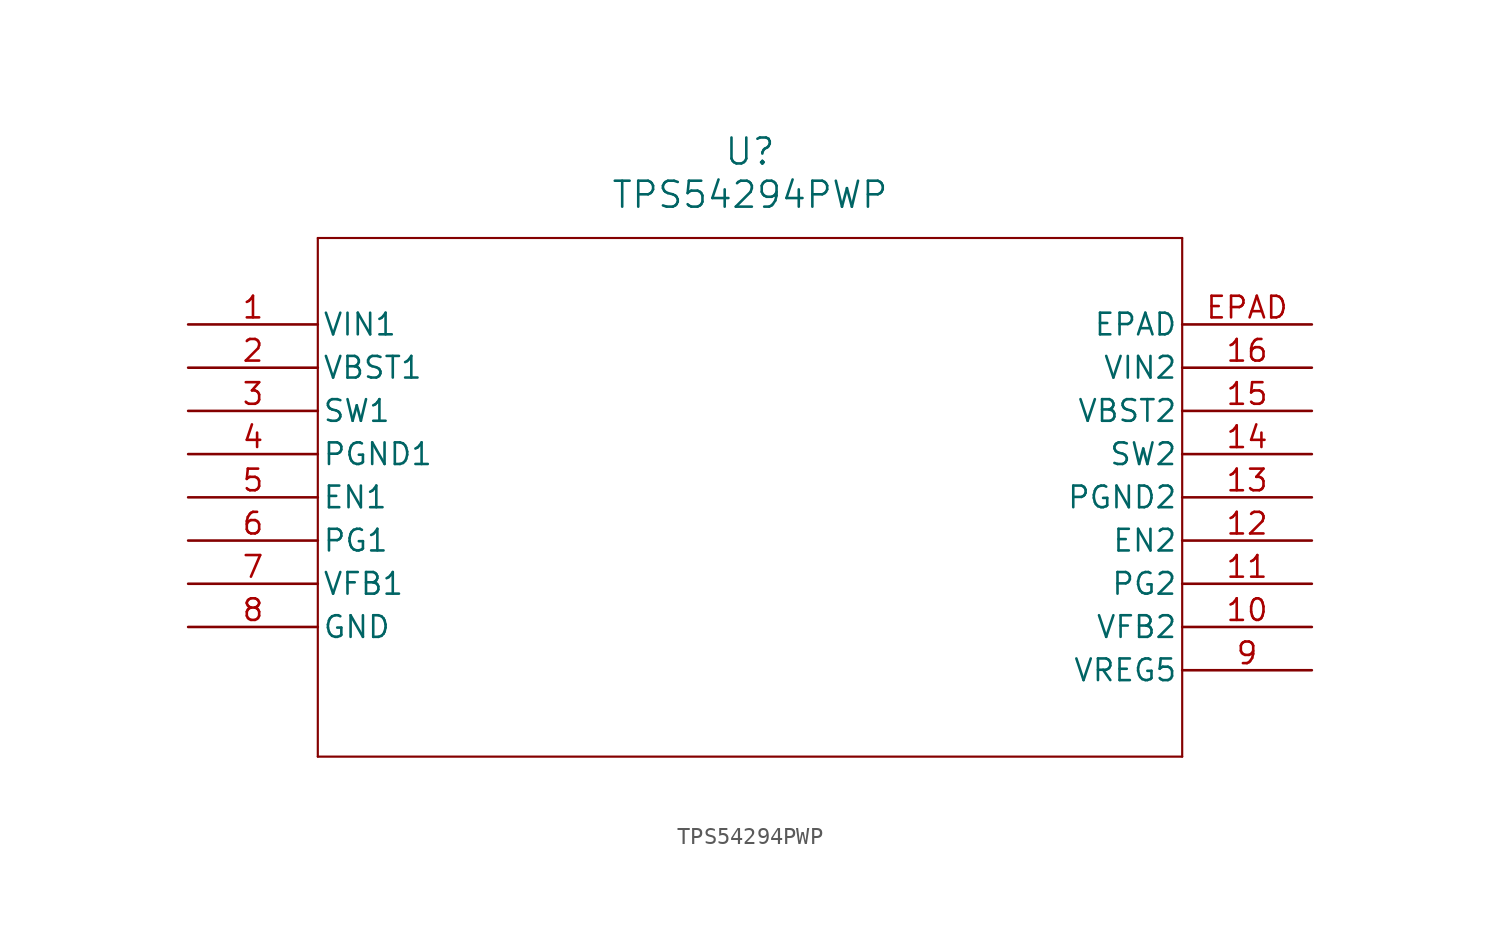
<source format=kicad_sym>
(kicad_symbol_lib
  (version 20211014)
  (generator kicad_symbol_editor)
  (symbol "TPS54294PWP"
    (pin_names
      (offset 0.254))
    (property "Reference" "U"
      (at 33.02 10.16 0)
      (effects (font (size 1.524 1.524))))
    (property "Value" "TPS54294PWP"
      (at 33.02 7.62 0)
      (effects (font (size 1.524 1.524))))
    (symbol "TPS54294PWP_0_1"
      (polyline (pts (xy 7.62 5.08) (xy 7.62 -25.4)) (stroke (width 0.127) (type default) (color 0 0 0 0)) (fill (type none)))
      (polyline (pts (xy 7.62 -25.4) (xy 58.42 -25.4)) (stroke (width 0.127) (type default) (color 0 0 0 0)) (fill (type none)))
      (polyline (pts (xy 58.42 -25.4) (xy 58.42 5.08)) (stroke (width 0.127) (type default) (color 0 0 0 0)) (fill (type none)))
      (polyline (pts (xy 58.42 5.08) (xy 7.62 5.08)) (stroke (width 0.127) (type default) (color 0 0 0 0)) (fill (type none)))
      (pin input line (at 0 0 0) (length 7.62) (name "VIN1" (effects (font (size 1.27 1.27)))) (number "1" (effects (font (size 1.27 1.27)))))
      (pin input line (at 0 -2.54 0) (length 7.62) (name "VBST1" (effects (font (size 1.27 1.27)))) (number "2" (effects (font (size 1.27 1.27)))))
      (pin bidirectional line (at 0 -5.08 0) (length 7.62) (name "SW1" (effects (font (size 1.27 1.27)))) (number "3" (effects (font (size 1.27 1.27)))))
      (pin bidirectional line (at 0 -7.62 0) (length 7.62) (name "PGND1" (effects (font (size 1.27 1.27)))) (number "4" (effects (font (size 1.27 1.27)))))
      (pin input line (at 0 -10.16 0) (length 7.62) (name "EN1" (effects (font (size 1.27 1.27)))) (number "5" (effects (font (size 1.27 1.27)))))
      (pin output line (at 0 -12.7 0) (length 7.62) (name "PG1" (effects (font (size 1.27 1.27)))) (number "6" (effects (font (size 1.27 1.27)))))
      (pin input line (at 0 -15.24 0) (length 7.62) (name "VFB1" (effects (font (size 1.27 1.27)))) (number "7" (effects (font (size 1.27 1.27)))))
      (pin bidirectional line (at 0 -17.78 0) (length 7.62) (name "GND" (effects (font (size 1.27 1.27)))) (number "8" (effects (font (size 1.27 1.27)))))
      (pin output line (at 66.04 -20.32 180) (length 7.62) (name "VREG5" (effects (font (size 1.27 1.27)))) (number "9" (effects (font (size 1.27 1.27)))))
      (pin input line (at 66.04 -17.78 180) (length 7.62) (name "VFB2" (effects (font (size 1.27 1.27)))) (number "10" (effects (font (size 1.27 1.27)))))
      (pin output line (at 66.04 -15.24 180) (length 7.62) (name "PG2" (effects (font (size 1.27 1.27)))) (number "11" (effects (font (size 1.27 1.27)))))
      (pin input line (at 66.04 -12.7 180) (length 7.62) (name "EN2" (effects (font (size 1.27 1.27)))) (number "12" (effects (font (size 1.27 1.27)))))
      (pin bidirectional line (at 66.04 -10.16 180) (length 7.62) (name "PGND2" (effects (font (size 1.27 1.27)))) (number "13" (effects (font (size 1.27 1.27)))))
      (pin bidirectional line (at 66.04 -7.62 180) (length 7.62) (name "SW2" (effects (font (size 1.27 1.27)))) (number "14" (effects (font (size 1.27 1.27)))))
      (pin input line (at 66.04 -5.08 180) (length 7.62) (name "VBST2" (effects (font (size 1.27 1.27)))) (number "15" (effects (font (size 1.27 1.27)))))
      (pin input line (at 66.04 -2.54 180) (length 7.62) (name "VIN2" (effects (font (size 1.27 1.27)))) (number "16" (effects (font (size 1.27 1.27)))))
      (pin unspecified line (at 66.04 0 180) (length 7.62) (name "EPAD" (effects (font (size 1.27 1.27)))) (number "EPAD" (effects (font (size 1.27 1.27))))))))
</source>
